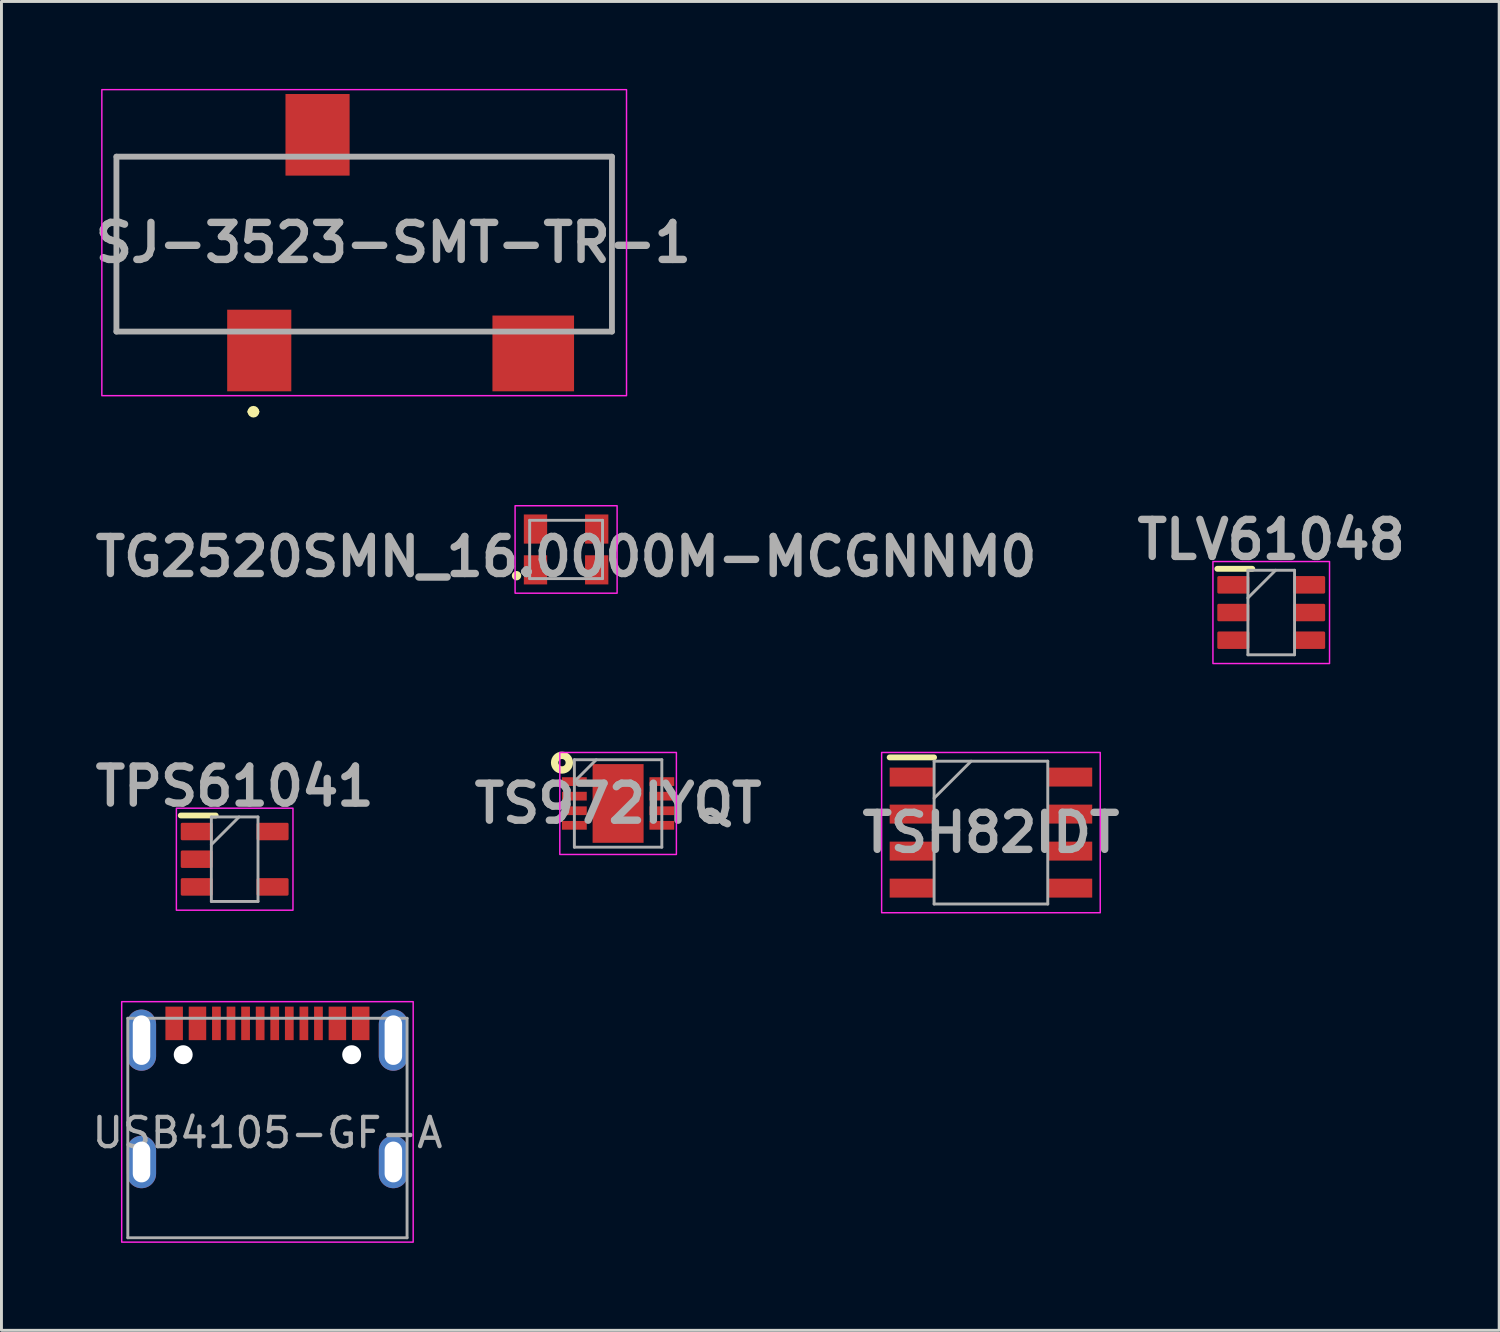
<source format=kicad_pcb>
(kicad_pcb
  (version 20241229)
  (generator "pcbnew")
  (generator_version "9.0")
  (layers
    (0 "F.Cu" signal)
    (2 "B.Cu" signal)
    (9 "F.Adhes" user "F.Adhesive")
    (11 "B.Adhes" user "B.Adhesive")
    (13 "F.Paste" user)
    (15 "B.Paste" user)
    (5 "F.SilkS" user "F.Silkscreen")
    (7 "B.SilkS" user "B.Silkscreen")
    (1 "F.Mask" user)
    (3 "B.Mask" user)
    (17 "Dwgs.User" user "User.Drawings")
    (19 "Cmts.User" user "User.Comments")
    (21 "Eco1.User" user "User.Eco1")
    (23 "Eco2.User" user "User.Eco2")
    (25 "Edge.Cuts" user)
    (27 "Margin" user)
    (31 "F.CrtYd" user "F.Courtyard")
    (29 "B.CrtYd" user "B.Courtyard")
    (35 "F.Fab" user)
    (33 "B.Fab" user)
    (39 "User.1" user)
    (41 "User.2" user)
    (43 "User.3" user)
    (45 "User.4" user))
  (footprint "TLV61048"
    (layer "F.Cu")
    (at 40.562 17.964)
    (property "Reference" "TLV61048" (at 0 -2.5 0) (layer "F.Fab") (effects (font (size 1.27 1.27) (thickness 0.254))))
    (attr smd)
    (fp_line (start -1.85 -1.5) (end -0.65 -1.5) (stroke (width 0.2) (type solid)) (layer "F.SilkS"))
    (fp_rect (start -2 -1.75) (end 2 1.75) (stroke (width 0.05) (type default)) (fill no) (layer "F.CrtYd"))
    (fp_line (start -0.8 -1.45) (end 0.8 -1.45) (stroke (width 0.1) (type solid)) (layer "F.Fab"))
    (fp_line (start -0.8 -0.5) (end 0.15 -1.45) (stroke (width 0.1) (type solid)) (layer "F.Fab"))
    (fp_line (start -0.8 1.45) (end -0.8 -1.45) (stroke (width 0.1) (type solid)) (layer "F.Fab"))
    (fp_line (start 0.8 -1.45) (end 0.8 1.45) (stroke (width 0.1) (type solid)) (layer "F.Fab"))
    (fp_line (start 0.8 1.45) (end -0.8 1.45) (stroke (width 0.1) (type solid)) (layer "F.Fab"))
    (pad "1" smd roundrect (at -1.3 -0.95 90) (size 0.6 1.1) (layers "F.Cu" "F.Mask" "F.Paste") (roundrect_rratio 0.083))
    (pad "2" smd roundrect (at -1.3 0 90) (size 0.6 1.1) (layers "F.Cu" "F.Mask" "F.Paste") (roundrect_rratio 0.083))
    (pad "3" smd roundrect (at -1.3 0.95 90) (size 0.6 1.1) (layers "F.Cu" "F.Mask" "F.Paste") (roundrect_rratio 0.083))
    (pad "4" smd roundrect (at 1.3 0.95 90) (size 0.6 1.1) (layers "F.Cu" "F.Mask" "F.Paste") (roundrect_rratio 0.083))
    (pad "5" smd roundrect (at 1.3 0 90) (size 0.6 1.1) (layers "F.Cu" "F.Mask" "F.Paste") (roundrect_rratio 0.083))
    (pad "6" smd roundrect (at 1.3 -0.95 90) (size 0.6 1.1) (layers "F.Cu" "F.Mask" "F.Paste") (roundrect_rratio 0.083)))
  (footprint "USB4105-GF-A"
    (layer "F.Cu")
    (at 6.125 36.814)
    (property "Reference" "USB4105-GF-A" (at 0 -1 0) (layer "F.Fab") (effects (font (size 1 1) (thickness 0.15))))
    (attr through_hole)
    (fp_rect (start -5 -5.5) (end 5 2.75) (stroke (width 0.05) (type default)) (fill no) (layer "F.CrtYd"))
    (fp_line (start -4.79 -4.93) (end 4.79 -4.93) (stroke (width 0.1) (type solid)) (layer "F.Fab"))
    (fp_line (start -4.79 2.6) (end -4.79 -4.93) (stroke (width 0.1) (type solid)) (layer "F.Fab"))
    (fp_line (start 4.79 -4.93) (end 4.79 2.6) (stroke (width 0.1) (type solid)) (layer "F.Fab"))
    (fp_line (start 4.79 2.6) (end -4.79 2.6) (stroke (width 0.1) (type solid)) (layer "F.Fab"))
    (pad "" np_thru_hole circle (at -2.89 -3.68) (size 0.65 0.65) (drill 0.65) (layers "*.Cu" "*.Mask"))
    (pad "" np_thru_hole circle (at 2.89 -3.68) (size 0.65 0.65) (drill 0.65) (layers "*.Cu" "*.Mask"))
    (pad "A1_B12" smd rect (at -3.2 -4.755) (size 0.6 1.15) (layers "F.Cu" "F.Mask" "F.Paste"))
    (pad "A4_B9" smd rect (at -2.4 -4.755) (size 0.6 1.15) (layers "F.Cu" "F.Mask" "F.Paste"))
    (pad "A5" smd rect (at -1.25 -4.755) (size 0.3 1.15) (layers "F.Cu" "F.Mask" "F.Paste"))
    (pad "A6" smd rect (at -0.25 -4.755) (size 0.3 1.15) (layers "F.Cu" "F.Mask" "F.Paste"))
    (pad "A7" smd rect (at 0.25 -4.755) (size 0.3 1.15) (layers "F.Cu" "F.Mask" "F.Paste"))
    (pad "A8" smd rect (at 1.25 -4.755) (size 0.3 1.15) (layers "F.Cu" "F.Mask" "F.Paste"))
    (pad "B1_A12" smd rect (at 3.2 -4.755) (size 0.6 1.15) (layers "F.Cu" "F.Mask" "F.Paste"))
    (pad "B4_A9" smd rect (at 2.4 -4.755) (size 0.6 1.15) (layers "F.Cu" "F.Mask" "F.Paste"))
    (pad "B5" smd rect (at 1.75 -4.755) (size 0.3 1.15) (layers "F.Cu" "F.Mask" "F.Paste"))
    (pad "B6" smd rect (at 0.75 -4.755) (size 0.3 1.15) (layers "F.Cu" "F.Mask" "F.Paste"))
    (pad "B7" smd rect (at -0.75 -4.755) (size 0.3 1.15) (layers "F.Cu" "F.Mask" "F.Paste"))
    (pad "B8" smd rect (at -1.75 -4.755) (size 0.3 1.15) (layers "F.Cu" "F.Mask" "F.Paste"))
    (pad "S1" thru_hole oval (at -4.32 -4.18) (size 1 2.1) (drill oval 0.6 1.7) (layers "*.Cu" "*.Mask"))
    (pad "S2" thru_hole oval (at -4.32 0) (size 1 1.8) (drill oval 0.6 1.4) (layers "*.Cu" "*.Mask"))
    (pad "S3" thru_hole oval (at 4.32 0) (size 1 1.8) (drill oval 0.6 1.4) (layers "*.Cu" "*.Mask"))
    (pad "S4" thru_hole oval (at 4.32 -4.18) (size 1 2.1) (drill oval 0.6 1.7) (layers "*.Cu" "*.Mask")))
  (footprint "SJ-3523-SMT-TR-1"
    (layer "F.Cu")
    (at 3.444 5.275)
    (property "Reference" "SJ-3523-SMT-TR-1" (at 7 0 0) (layer "F.Fab") (effects (font (size 1.27 1.27) (thickness 0.254))))
    (attr through_hole)
    (fp_line (start 2.1 5.8) (end 2.1 5.8) (stroke (width 0.2) (type solid)) (layer "F.SilkS"))
    (fp_line (start 2.3 5.8) (end 2.3 5.8) (stroke (width 0.2) (type solid)) (layer "F.SilkS"))
    (fp_arc (start 2.1 5.8) (mid 2.2 5.7) (end 2.3 5.8) (stroke (width 0.2) (type solid)) (layer "F.SilkS"))
    (fp_arc (start 2.3 5.8) (mid 2.2 5.9) (end 2.1 5.8) (stroke (width 0.2) (type solid)) (layer "F.SilkS"))
    (fp_rect (start -3 -5.25) (end 15 5.25) (stroke (width 0.05) (type default)) (fill no) (layer "F.CrtYd"))
    (fp_line (start -2.5 -2.95) (end 14.5 -2.95) (stroke (width 0.2) (type solid)) (layer "F.Fab"))
    (fp_line (start -2.5 3.05) (end -2.5 -2.95) (stroke (width 0.2) (type solid)) (layer "F.Fab"))
    (fp_line (start 14.5 -2.95) (end 14.5 3.05) (stroke (width 0.2) (type solid)) (layer "F.Fab"))
    (fp_line (start 14.5 3.05) (end -2.5 3.05) (stroke (width 0.2) (type solid)) (layer "F.Fab"))
    (pad "" np_thru_hole circle (at 3.5 0) (size 0.001 0.001) (drill 1.7) (layers "*.Cu" "*.Mask"))
    (pad "" np_thru_hole circle (at 10.5 0) (size 0.001 0.001) (drill 1.7) (layers "*.Cu" "*.Mask"))
    (pad "1" smd rect (at 2.4 3.7) (size 2.2 2.8) (layers "F.Cu" "F.Mask" "F.Paste"))
    (pad "2" smd rect (at 11.8 3.8 90) (size 2.6 2.8) (layers "F.Cu" "F.Mask" "F.Paste"))
    (pad "3" smd rect (at 4.4 -3.7) (size 2.2 2.8) (layers "F.Cu" "F.Mask" "F.Paste")))
  (footprint "TS972IYQT"
    (layer "F.Cu")
    (at 18.155 24.514)
    (property "Reference" "TS972IYQT" (at 0 0 0) (layer "F.Fab") (effects (font (size 1.27 1.27) (thickness 0.254))))
    (attr smd)
    (fp_circle (center -1.925 -1.4) (end -1.8 -1.4) (stroke (width 0.254) (type solid)) (fill no) (layer "F.SilkS"))
    (fp_rect (start -2 -1.75) (end 2 1.75) (stroke (width 0.05) (type default)) (fill no) (layer "F.CrtYd"))
    (fp_line (start -1.5 -1.5) (end 1.5 -1.5) (stroke (width 0.1) (type solid)) (layer "F.Fab"))
    (fp_line (start -1.5 -0.75) (end -0.75 -1.5) (stroke (width 0.1) (type solid)) (layer "F.Fab"))
    (fp_line (start -1.5 1.5) (end -1.5 -1.5) (stroke (width 0.1) (type solid)) (layer "F.Fab"))
    (fp_line (start 1.5 -1.5) (end 1.5 1.5) (stroke (width 0.1) (type solid)) (layer "F.Fab"))
    (fp_line (start 1.5 1.5) (end -1.5 1.5) (stroke (width 0.1) (type solid)) (layer "F.Fab"))
    (pad "1" smd rect (at -1.5 -0.75 90) (size 0.3 0.85) (layers "F.Cu" "F.Mask" "F.Paste"))
    (pad "2" smd rect (at -1.5 -0.25 90) (size 0.3 0.85) (layers "F.Cu" "F.Mask" "F.Paste"))
    (pad "3" smd rect (at -1.5 0.25 90) (size 0.3 0.85) (layers "F.Cu" "F.Mask" "F.Paste"))
    (pad "4" smd rect (at -1.5 0.75 90) (size 0.3 0.85) (layers "F.Cu" "F.Mask" "F.Paste"))
    (pad "5" smd rect (at 1.5 0.75 90) (size 0.3 0.85) (layers "F.Cu" "F.Mask" "F.Paste"))
    (pad "6" smd rect (at 1.5 0.25 90) (size 0.3 0.85) (layers "F.Cu" "F.Mask" "F.Paste"))
    (pad "7" smd rect (at 1.5 -0.25 90) (size 0.3 0.85) (layers "F.Cu" "F.Mask" "F.Paste"))
    (pad "8" smd rect (at 1.5 -0.75 90) (size 0.3 0.85) (layers "F.Cu" "F.Mask" "F.Paste"))
    (pad "9" smd rect (at 0 0) (size 1.75 2.7) (layers "F.Cu" "F.Mask" "F.Paste")))
  (footprint "TPS61041"
    (layer "F.Cu")
    (at 5.001 26.427)
    (property "Reference" "TPS61041" (at 0 -2.5 0) (layer "F.Fab") (effects (font (size 1.27 1.27) (thickness 0.254))))
    (attr smd)
    (fp_line (start -1.85 -1.5) (end -0.65 -1.5) (stroke (width 0.2) (type solid)) (layer "F.SilkS"))
    (fp_rect (start -2 -1.75) (end 2 1.75) (stroke (width 0.05) (type default)) (fill no) (layer "F.CrtYd"))
    (fp_line (start -0.8 -1.45) (end 0.8 -1.45) (stroke (width 0.1) (type solid)) (layer "F.Fab"))
    (fp_line (start -0.8 -0.5) (end 0.15 -1.45) (stroke (width 0.1) (type solid)) (layer "F.Fab"))
    (fp_line (start -0.8 1.45) (end -0.8 -1.45) (stroke (width 0.1) (type solid)) (layer "F.Fab"))
    (fp_line (start 0.8 -1.45) (end 0.8 1.45) (stroke (width 0.1) (type solid)) (layer "F.Fab"))
    (fp_line (start 0.8 1.45) (end -0.8 1.45) (stroke (width 0.1) (type solid)) (layer "F.Fab"))
    (pad "1" smd roundrect (at -1.3 -0.95 90) (size 0.6 1.1) (layers "F.Cu" "F.Mask" "F.Paste") (roundrect_rratio 0.083))
    (pad "2" smd roundrect (at -1.3 0 90) (size 0.6 1.1) (layers "F.Cu" "F.Mask" "F.Paste") (roundrect_rratio 0.083))
    (pad "3" smd roundrect (at -1.3 0.95 90) (size 0.6 1.1) (layers "F.Cu" "F.Mask" "F.Paste") (roundrect_rratio 0.083))
    (pad "4" smd roundrect (at 1.3 0.95 90) (size 0.6 1.1) (layers "F.Cu" "F.Mask" "F.Paste") (roundrect_rratio 0.083))
    (pad "5" smd roundrect (at 1.3 -0.95 90) (size 0.6 1.1) (layers "F.Cu" "F.Mask" "F.Paste") (roundrect_rratio 0.083)))
  (footprint "TG2520SMN_16.0000M-MCGNNM0"
    (layer "F.Cu")
    (at 16.371 15.8)
    (property "Reference" "TG2520SMN_16.0000M-MCGNNM0" (at 0 0.25 0) (layer "F.Fab") (effects (font (size 1.27 1.27) (thickness 0.254))))
    (attr smd)
    (fp_circle (center -1.7 0.9) (end -1.6 0.9) (stroke (width 0.12) (type solid)) (fill yes) (layer "F.SilkS"))
    (fp_rect (start -1.75 -1.5) (end 1.75 1.5) (stroke (width 0.05) (type default)) (fill no) (layer "F.CrtYd"))
    (fp_line (start -1.25 -1) (end 1.25 -1) (stroke (width 0.1) (type solid)) (layer "F.Fab"))
    (fp_line (start -1.25 1) (end -1.25 -1) (stroke (width 0.1) (type solid)) (layer "F.Fab"))
    (fp_line (start 1.25 -1) (end 1.25 1) (stroke (width 0.1) (type solid)) (layer "F.Fab"))
    (fp_line (start 1.25 1) (end -1.25 1) (stroke (width 0.1) (type solid)) (layer "F.Fab"))
    (pad "1" smd rect (at -1.05 0.7) (size 0.8 1) (layers "F.Cu" "F.Mask" "F.Paste"))
    (pad "2" smd rect (at 1.05 0.7) (size 0.8 1) (layers "F.Cu" "F.Mask" "F.Paste"))
    (pad "3" smd rect (at 1.05 -0.7) (size 0.8 1) (layers "F.Cu" "F.Mask" "F.Paste"))
    (pad "4" smd rect (at -1.05 -0.7) (size 0.8 1) (layers "F.Cu" "F.Mask" "F.Paste")))
  (footprint "TSH82IDT"
    (layer "F.Cu")
    (at 30.946 25.514)
    (property "Reference" "TSH82IDT" (at 0 0 0) (layer "F.Fab") (effects (font (size 1.27 1.27) (thickness 0.254))))
    (attr smd)
    (fp_line (start -3.475 -2.58) (end -1.95 -2.58) (stroke (width 0.2) (type solid)) (layer "F.SilkS"))
    (fp_rect (start -3.75 -2.75) (end 3.75 2.75) (stroke (width 0.05) (type solid)) (fill no) (layer "F.CrtYd"))
    (fp_line (start -1.95 -2.45) (end 1.95 -2.45) (stroke (width 0.1) (type solid)) (layer "F.Fab"))
    (fp_line (start -1.95 -1.18) (end -0.68 -2.45) (stroke (width 0.1) (type solid)) (layer "F.Fab"))
    (fp_line (start -1.95 2.45) (end -1.95 -2.45) (stroke (width 0.1) (type solid)) (layer "F.Fab"))
    (fp_line (start 1.95 -2.45) (end 1.95 2.45) (stroke (width 0.1) (type solid)) (layer "F.Fab"))
    (fp_line (start 1.95 2.45) (end -1.95 2.45) (stroke (width 0.1) (type solid)) (layer "F.Fab"))
    (pad "1" smd rect (at -2.712 -1.905 90) (size 0.65 1.525) (layers "F.Cu" "F.Mask" "F.Paste"))
    (pad "2" smd rect (at -2.712 -0.635 90) (size 0.65 1.525) (layers "F.Cu" "F.Mask" "F.Paste"))
    (pad "3" smd rect (at -2.712 0.635 90) (size 0.65 1.525) (layers "F.Cu" "F.Mask" "F.Paste"))
    (pad "4" smd rect (at -2.712 1.905 90) (size 0.65 1.525) (layers "F.Cu" "F.Mask" "F.Paste"))
    (pad "5" smd rect (at 2.712 1.905 90) (size 0.65 1.525) (layers "F.Cu" "F.Mask" "F.Paste"))
    (pad "6" smd rect (at 2.712 0.635 90) (size 0.65 1.525) (layers "F.Cu" "F.Mask" "F.Paste"))
    (pad "7" smd rect (at 2.712 -0.635 90) (size 0.65 1.525) (layers "F.Cu" "F.Mask" "F.Paste"))
    (pad "8" smd rect (at 2.712 -1.905 90) (size 0.65 1.525) (layers "F.Cu" "F.Mask" "F.Paste")))
  (gr_rect
    (start -3 -3)
    (end 48.382 42.589)
    (stroke (width 0.1) (type default))
    (fill no)
    (layer "Edge.Cuts")))
</source>
